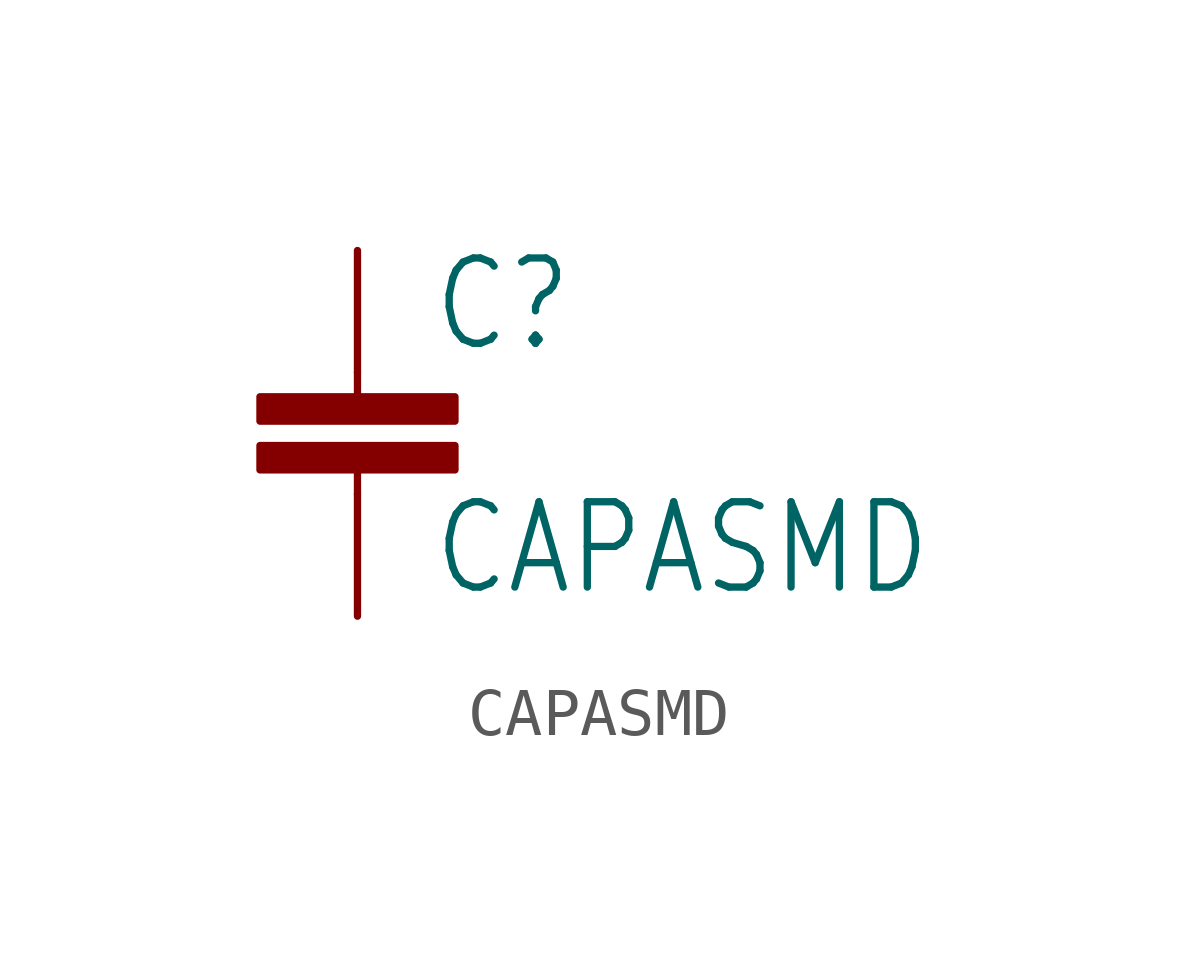
<source format=kicad_sym>
(kicad_symbol_lib
  (version 20220914)
  (generator kicad_symbol_editor)
  (symbol "CAPASMD"
    (property "Reference" "C"
      (at 1.524 2.921 0)
      (effects (font (size 1.778 1.511)) (justify left bottom)))
    (property "Value" "CAPASMD"
      (at 1.524 -2.159 0)
      (effects (font (size 1.778 1.511)) (justify left bottom)))
    (property "ki_locked" ""
      (at 0 0 0)
      (effects (font (size 1.27 1.27))))
    (symbol "CAPASMD_1_0"
      (rectangle (start -2.032 0.508) (end 2.032 1.016) (stroke (width 0) (type default)) (fill (type outline)))
      (rectangle (start -2.032 1.524) (end 2.032 2.032) (stroke (width 0) (type default)) (fill (type outline)))
      (polyline (pts (xy 0 0) (xy 0 0.508)) (stroke (width 0.152) (type default)) (fill (type none)))
      (polyline (pts (xy 0 2.54) (xy 0 2.032)) (stroke (width 0.152) (type default)) (fill (type none)))
      (pin passive line (at 0 5.08 270) (length 2.54) (name "1" (effects (font (size 0 0)))) (number "+" (effects (font (size 0 0)))))
      (pin passive line (at 0 -2.54 90) (length 2.54) (name "2" (effects (font (size 0 0)))) (number "-" (effects (font (size 0 0))))))))
</source>
